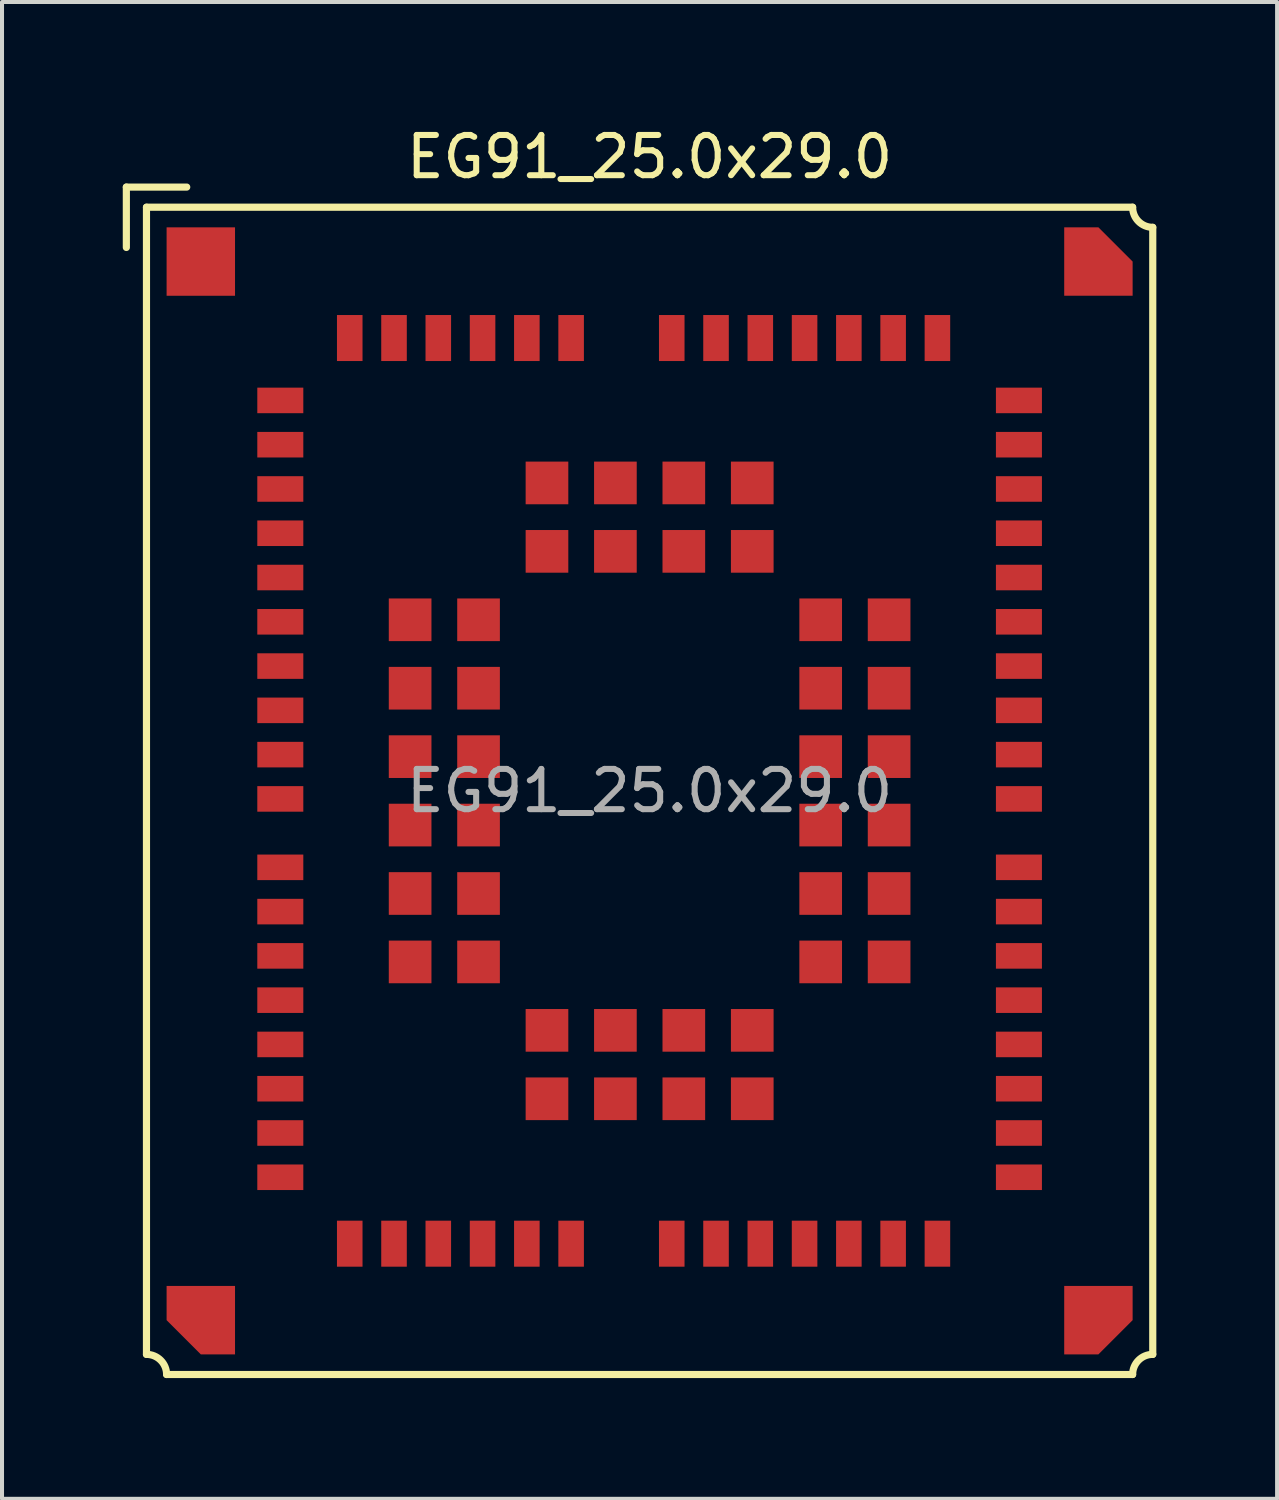
<source format=kicad_pcb>
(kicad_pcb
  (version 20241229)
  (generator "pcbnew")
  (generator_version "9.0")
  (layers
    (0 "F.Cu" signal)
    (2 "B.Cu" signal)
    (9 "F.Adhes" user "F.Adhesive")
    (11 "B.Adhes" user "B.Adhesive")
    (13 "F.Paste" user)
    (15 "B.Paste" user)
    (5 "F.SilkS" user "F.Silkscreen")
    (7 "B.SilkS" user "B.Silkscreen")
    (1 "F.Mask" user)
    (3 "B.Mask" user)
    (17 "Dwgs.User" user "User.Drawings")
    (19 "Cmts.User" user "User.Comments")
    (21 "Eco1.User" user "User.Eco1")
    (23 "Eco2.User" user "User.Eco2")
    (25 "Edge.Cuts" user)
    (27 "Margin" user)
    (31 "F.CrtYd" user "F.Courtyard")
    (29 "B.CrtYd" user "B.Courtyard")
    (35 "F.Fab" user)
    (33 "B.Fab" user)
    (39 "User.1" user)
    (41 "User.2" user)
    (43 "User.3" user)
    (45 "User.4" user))
  (footprint "EG91_25.0x29.0"
    (layer "F.Cu")
    (at 13.089 16.598)
    (property "Reference" "EG91_25.0x29.0" (at 0 -15.75 0) (unlocked yes) (layer "F.SilkS") (effects (font (size 1 1) (thickness 0.15))))
    (attr smd)
    (fp_line (start -13 -15) (end -11.5 -15) (stroke (width 0.178) (type solid)) (layer "F.SilkS"))
    (fp_line (start -13 -13.5) (end -13 -15) (stroke (width 0.178) (type solid)) (layer "F.SilkS"))
    (fp_line (start -12.5 -14.5) (end 12 -14.5) (stroke (width 0.178) (type solid)) (layer "F.SilkS"))
    (fp_line (start -12.5 14) (end -12.5 -14.5) (stroke (width 0.178) (type solid)) (layer "F.SilkS"))
    (fp_line (start 12 14.5) (end -12 14.5) (stroke (width 0.178) (type solid)) (layer "F.SilkS"))
    (fp_line (start 12.5 -14) (end 12.5 14) (stroke (width 0.178) (type solid)) (layer "F.SilkS"))
    (fp_arc (start -12.5 14) (mid -12.146447 14.146447) (end -12 14.5) (stroke (width 0.1778) (type solid)) (layer "F.SilkS"))
    (fp_arc (start 12 14.5) (mid 12.146447 14.146447) (end 12.5 14) (stroke (width 0.1778) (type solid)) (layer "F.SilkS"))
    (fp_arc (start 12.5 -14) (mid 12.146447 -14.146447) (end 12 -14.5) (stroke (width 0.1778) (type solid)) (layer "F.SilkS"))
    (fp_text user "${REFERENCE}" (at 0 0 0) (unlocked yes) (layer "F.Fab") (effects (font (size 1 1) (thickness 0.15))))
    (pad "1" smd rect (at -9.175 -9.7) (size 1.143 0.635) (layers "F.Cu" "F.Mask" "F.Paste"))
    (pad "2" smd rect (at -9.175 -8.6) (size 1.143 0.635) (layers "F.Cu" "F.Mask" "F.Paste"))
    (pad "3" smd rect (at -9.175 -7.5) (size 1.143 0.635) (layers "F.Cu" "F.Mask" "F.Paste"))
    (pad "4" smd rect (at -9.175 -6.4) (size 1.143 0.635) (layers "F.Cu" "F.Mask" "F.Paste"))
    (pad "5" smd rect (at -9.175 -5.3) (size 1.143 0.635) (layers "F.Cu" "F.Mask" "F.Paste"))
    (pad "6" smd rect (at -9.175 -4.2) (size 1.143 0.635) (layers "F.Cu" "F.Mask" "F.Paste"))
    (pad "7" smd rect (at -9.175 -3.1) (size 1.143 0.635) (layers "F.Cu" "F.Mask" "F.Paste"))
    (pad "8" smd rect (at -9.175 -2) (size 1.143 0.635) (layers "F.Cu" "F.Mask" "F.Paste"))
    (pad "9" smd rect (at -9.175 -0.9) (size 1.143 0.635) (layers "F.Cu" "F.Mask" "F.Paste"))
    (pad "10" smd rect (at -9.175 0.2) (size 1.143 0.635) (layers "F.Cu" "F.Mask" "F.Paste"))
    (pad "11" smd rect (at -9.175 1.9) (size 1.143 0.635) (layers "F.Cu" "F.Mask" "F.Paste"))
    (pad "12" smd rect (at -9.175 3) (size 1.143 0.635) (layers "F.Cu" "F.Mask" "F.Paste"))
    (pad "13" smd rect (at -9.175 4.1) (size 1.143 0.635) (layers "F.Cu" "F.Mask" "F.Paste"))
    (pad "14" smd rect (at -9.175 5.2) (size 1.143 0.635) (layers "F.Cu" "F.Mask" "F.Paste"))
    (pad "15" smd rect (at -9.175 6.3) (size 1.143 0.635) (layers "F.Cu" "F.Mask" "F.Paste"))
    (pad "16" smd rect (at -9.175 7.4) (size 1.143 0.635) (layers "F.Cu" "F.Mask" "F.Paste"))
    (pad "17" smd rect (at -9.175 8.5) (size 1.143 0.635) (layers "F.Cu" "F.Mask" "F.Paste"))
    (pad "18" smd rect (at -9.175 9.6) (size 1.143 0.635) (layers "F.Cu" "F.Mask" "F.Paste"))
    (pad "19" smd rect (at -7.45 11.25) (size 0.635 1.143) (layers "F.Cu" "F.Mask" "F.Paste"))
    (pad "20" smd rect (at -6.35 11.25) (size 0.635 1.143) (layers "F.Cu" "F.Mask" "F.Paste"))
    (pad "21" smd rect (at -5.25 11.25) (size 0.635 1.143) (layers "F.Cu" "F.Mask" "F.Paste"))
    (pad "22" smd rect (at -4.15 11.25) (size 0.635 1.143) (layers "F.Cu" "F.Mask" "F.Paste"))
    (pad "23" smd rect (at -3.05 11.25) (size 0.635 1.143) (layers "F.Cu" "F.Mask" "F.Paste"))
    (pad "24" smd rect (at -1.95 11.25) (size 0.635 1.143) (layers "F.Cu" "F.Mask" "F.Paste"))
    (pad "25" smd rect (at 0.55 11.25) (size 0.635 1.143) (layers "F.Cu" "F.Mask" "F.Paste"))
    (pad "26" smd rect (at 1.65 11.25) (size 0.635 1.143) (layers "F.Cu" "F.Mask" "F.Paste"))
    (pad "27" smd rect (at 2.75 11.25) (size 0.635 1.143) (layers "F.Cu" "F.Mask" "F.Paste"))
    (pad "28" smd rect (at 3.85 11.25) (size 0.635 1.143) (layers "F.Cu" "F.Mask" "F.Paste"))
    (pad "29" smd rect (at 4.95 11.25) (size 0.635 1.143) (layers "F.Cu" "F.Mask" "F.Paste"))
    (pad "30" smd rect (at 6.05 11.25) (size 0.635 1.143) (layers "F.Cu" "F.Mask" "F.Paste"))
    (pad "31" smd rect (at 7.15 11.25) (size 0.635 1.143) (layers "F.Cu" "F.Mask" "F.Paste"))
    (pad "32" smd rect (at 9.175 9.6) (size 1.143 0.635) (layers "F.Cu" "F.Mask" "F.Paste"))
    (pad "33" smd rect (at 9.175 8.5) (size 1.143 0.635) (layers "F.Cu" "F.Mask" "F.Paste"))
    (pad "34" smd rect (at 9.175 7.4) (size 1.143 0.635) (layers "F.Cu" "F.Mask" "F.Paste"))
    (pad "35" smd rect (at 9.175 6.3) (size 1.143 0.635) (layers "F.Cu" "F.Mask" "F.Paste"))
    (pad "36" smd rect (at 9.175 5.2) (size 1.143 0.635) (layers "F.Cu" "F.Mask" "F.Paste"))
    (pad "37" smd rect (at 9.175 4.1) (size 1.143 0.635) (layers "F.Cu" "F.Mask" "F.Paste"))
    (pad "38" smd rect (at 9.175 3) (size 1.143 0.635) (layers "F.Cu" "F.Mask" "F.Paste"))
    (pad "39" smd rect (at 9.175 1.9) (size 1.143 0.635) (layers "F.Cu" "F.Mask" "F.Paste"))
    (pad "40" smd rect (at 9.175 0.2) (size 1.143 0.635) (layers "F.Cu" "F.Mask" "F.Paste"))
    (pad "41" smd rect (at 9.175 -0.9) (size 1.143 0.635) (layers "F.Cu" "F.Mask" "F.Paste"))
    (pad "42" smd rect (at 9.175 -2) (size 1.143 0.635) (layers "F.Cu" "F.Mask" "F.Paste"))
    (pad "43" smd rect (at 9.175 -3.1) (size 1.143 0.635) (layers "F.Cu" "F.Mask" "F.Paste"))
    (pad "44" smd rect (at 9.175 -4.2) (size 1.143 0.635) (layers "F.Cu" "F.Mask" "F.Paste"))
    (pad "45" smd rect (at 9.175 -5.3) (size 1.143 0.635) (layers "F.Cu" "F.Mask" "F.Paste"))
    (pad "46" smd rect (at 9.175 -6.4) (size 1.143 0.635) (layers "F.Cu" "F.Mask" "F.Paste"))
    (pad "47" smd rect (at 9.175 -7.5) (size 1.143 0.635) (layers "F.Cu" "F.Mask" "F.Paste"))
    (pad "48" smd rect (at 9.175 -8.6) (size 1.143 0.635) (layers "F.Cu" "F.Mask" "F.Paste"))
    (pad "49" smd rect (at 9.175 -9.7) (size 1.143 0.635) (layers "F.Cu" "F.Mask" "F.Paste"))
    (pad "50" smd rect (at 7.15 -11.25) (size 0.635 1.143) (layers "F.Cu" "F.Mask" "F.Paste"))
    (pad "51" smd rect (at 6.05 -11.25) (size 0.635 1.143) (layers "F.Cu" "F.Mask" "F.Paste"))
    (pad "52" smd rect (at 4.95 -11.25) (size 0.635 1.143) (layers "F.Cu" "F.Mask" "F.Paste"))
    (pad "53" smd rect (at 3.85 -11.25) (size 0.635 1.143) (layers "F.Cu" "F.Mask" "F.Paste"))
    (pad "54" smd rect (at 2.75 -11.25) (size 0.635 1.143) (layers "F.Cu" "F.Mask" "F.Paste"))
    (pad "55" smd rect (at 1.65 -11.25) (size 0.635 1.143) (layers "F.Cu" "F.Mask" "F.Paste"))
    (pad "56" smd rect (at 0.55 -11.25) (size 0.635 1.143) (layers "F.Cu" "F.Mask" "F.Paste"))
    (pad "57" smd rect (at -1.95 -11.25) (size 0.635 1.143) (layers "F.Cu" "F.Mask" "F.Paste"))
    (pad "58" smd rect (at -3.05 -11.25) (size 0.635 1.143) (layers "F.Cu" "F.Mask" "F.Paste"))
    (pad "59" smd rect (at -4.15 -11.25) (size 0.635 1.143) (layers "F.Cu" "F.Mask" "F.Paste"))
    (pad "60" smd rect (at -5.25 -11.25) (size 0.635 1.143) (layers "F.Cu" "F.Mask" "F.Paste"))
    (pad "61" smd rect (at -6.35 -11.25) (size 0.635 1.143) (layers "F.Cu" "F.Mask" "F.Paste"))
    (pad "62" smd rect (at -7.45 -11.25) (size 0.635 1.143) (layers "F.Cu" "F.Mask" "F.Paste"))
    (pad "63" smd rect (at -5.95 -4.25) (size 1.06 1.06) (layers "F.Cu" "F.Mask" "F.Paste"))
    (pad "64" smd rect (at -5.95 -2.55) (size 1.06 1.06) (layers "F.Cu" "F.Mask" "F.Paste"))
    (pad "65" smd rect (at -5.95 -0.85) (size 1.06 1.06) (layers "F.Cu" "F.Mask" "F.Paste"))
    (pad "66" smd rect (at -5.95 0.85) (size 1.06 1.06) (layers "F.Cu" "F.Mask" "F.Paste"))
    (pad "67" smd rect (at -5.95 2.55) (size 1.06 1.06) (layers "F.Cu" "F.Mask" "F.Paste"))
    (pad "68" smd rect (at -5.95 4.25) (size 1.06 1.06) (layers "F.Cu" "F.Mask" "F.Paste"))
    (pad "69" smd rect (at -2.55 7.65) (size 1.06 1.06) (layers "F.Cu" "F.Mask" "F.Paste"))
    (pad "70" smd rect (at -0.85 7.65) (size 1.06 1.06) (layers "F.Cu" "F.Mask" "F.Paste"))
    (pad "71" smd rect (at 0.85 7.65) (size 1.06 1.06) (layers "F.Cu" "F.Mask" "F.Paste"))
    (pad "72" smd rect (at 2.55 7.65) (size 1.06 1.06) (layers "F.Cu" "F.Mask" "F.Paste"))
    (pad "73" smd rect (at 5.95 4.25) (size 1.06 1.06) (layers "F.Cu" "F.Mask" "F.Paste"))
    (pad "74" smd rect (at 5.95 2.55) (size 1.06 1.06) (layers "F.Cu" "F.Mask" "F.Paste"))
    (pad "75" smd rect (at 5.95 0.85) (size 1.06 1.06) (layers "F.Cu" "F.Mask" "F.Paste"))
    (pad "76" smd rect (at 5.95 -0.85) (size 1.06 1.06) (layers "F.Cu" "F.Mask" "F.Paste"))
    (pad "77" smd rect (at 5.95 -2.55) (size 1.06 1.06) (layers "F.Cu" "F.Mask" "F.Paste"))
    (pad "78" smd rect (at 5.95 -4.25) (size 1.06 1.06) (layers "F.Cu" "F.Mask" "F.Paste"))
    (pad "79" smd rect (at 2.55 -7.65) (size 1.06 1.06) (layers "F.Cu" "F.Mask" "F.Paste"))
    (pad "80" smd rect (at 0.85 -7.65) (size 1.06 1.06) (layers "F.Cu" "F.Mask" "F.Paste"))
    (pad "81" smd rect (at -0.85 -7.65) (size 1.06 1.06) (layers "F.Cu" "F.Mask" "F.Paste"))
    (pad "82" smd rect (at -2.55 -7.65) (size 1.06 1.06) (layers "F.Cu" "F.Mask" "F.Paste"))
    (pad "83" smd rect (at -4.25 -4.25) (size 1.06 1.06) (layers "F.Cu" "F.Mask" "F.Paste"))
    (pad "84" smd rect (at -4.25 -2.55) (size 1.06 1.06) (layers "F.Cu" "F.Mask" "F.Paste"))
    (pad "85" smd rect (at -4.25 -0.85) (size 1.06 1.06) (layers "F.Cu" "F.Mask" "F.Paste"))
    (pad "86" smd rect (at -4.25 0.85) (size 1.06 1.06) (layers "F.Cu" "F.Mask" "F.Paste"))
    (pad "87" smd rect (at -4.25 2.55) (size 1.06 1.06) (layers "F.Cu" "F.Mask" "F.Paste"))
    (pad "88" smd rect (at -4.25 4.25) (size 1.06 1.06) (layers "F.Cu" "F.Mask" "F.Paste"))
    (pad "89" smd rect (at -2.55 5.95) (size 1.06 1.06) (layers "F.Cu" "F.Mask" "F.Paste"))
    (pad "90" smd rect (at -0.85 5.95) (size 1.06 1.06) (layers "F.Cu" "F.Mask" "F.Paste"))
    (pad "91" smd rect (at 0.85 5.95) (size 1.06 1.06) (layers "F.Cu" "F.Mask" "F.Paste"))
    (pad "92" smd rect (at 2.55 5.95) (size 1.06 1.06) (layers "F.Cu" "F.Mask" "F.Paste"))
    (pad "93" smd rect (at 4.25 4.25) (size 1.06 1.06) (layers "F.Cu" "F.Mask" "F.Paste"))
    (pad "94" smd rect (at 4.25 2.55) (size 1.06 1.06) (layers "F.Cu" "F.Mask" "F.Paste"))
    (pad "95" smd rect (at 4.25 0.85) (size 1.06 1.06) (layers "F.Cu" "F.Mask" "F.Paste"))
    (pad "96" smd rect (at 4.25 -0.85) (size 1.06 1.06) (layers "F.Cu" "F.Mask" "F.Paste"))
    (pad "97" smd rect (at 4.25 -2.55) (size 1.06 1.06) (layers "F.Cu" "F.Mask" "F.Paste"))
    (pad "98" smd rect (at 4.25 -4.25) (size 1.06 1.06) (layers "F.Cu" "F.Mask" "F.Paste"))
    (pad "99" smd rect (at 2.55 -5.95) (size 1.06 1.06) (layers "F.Cu" "F.Mask" "F.Paste"))
    (pad "100" smd rect (at 0.85 -5.95) (size 1.06 1.06) (layers "F.Cu" "F.Mask" "F.Paste"))
    (pad "101" smd rect (at -0.85 -5.95) (size 1.06 1.06) (layers "F.Cu" "F.Mask" "F.Paste"))
    (pad "102" smd rect (at -2.55 -5.95) (size 1.06 1.06) (layers "F.Cu" "F.Mask" "F.Paste"))
    (pad "103" smd rect (at -11.15 -13.15) (size 1.7 1.7) (layers "F.Cu" "F.Mask" "F.Paste"))
    (pad "104" smd roundrect (at -11.15 13.15) (size 1.7 1.7) (layers "F.Cu" "F.Mask" "F.Paste") (roundrect_rratio 0) (chamfer_ratio 0.5) (chamfer bottom_left))
    (pad "105" smd roundrect (at 11.15 13.15) (size 1.7 1.7) (layers "F.Cu" "F.Mask" "F.Paste") (roundrect_rratio 0) (chamfer_ratio 0.5) (chamfer bottom_right))
    (pad "106" smd roundrect (at 11.15 -13.15) (size 1.7 1.7) (layers "F.Cu" "F.Mask" "F.Paste") (roundrect_rratio 0) (chamfer_ratio 0.5) (chamfer top_right)))
  (gr_rect
    (start -3 -3)
    (end 28.678 34.187)
    (stroke (width 0.1) (type default))
    (fill no)
    (layer "Edge.Cuts")))
</source>
